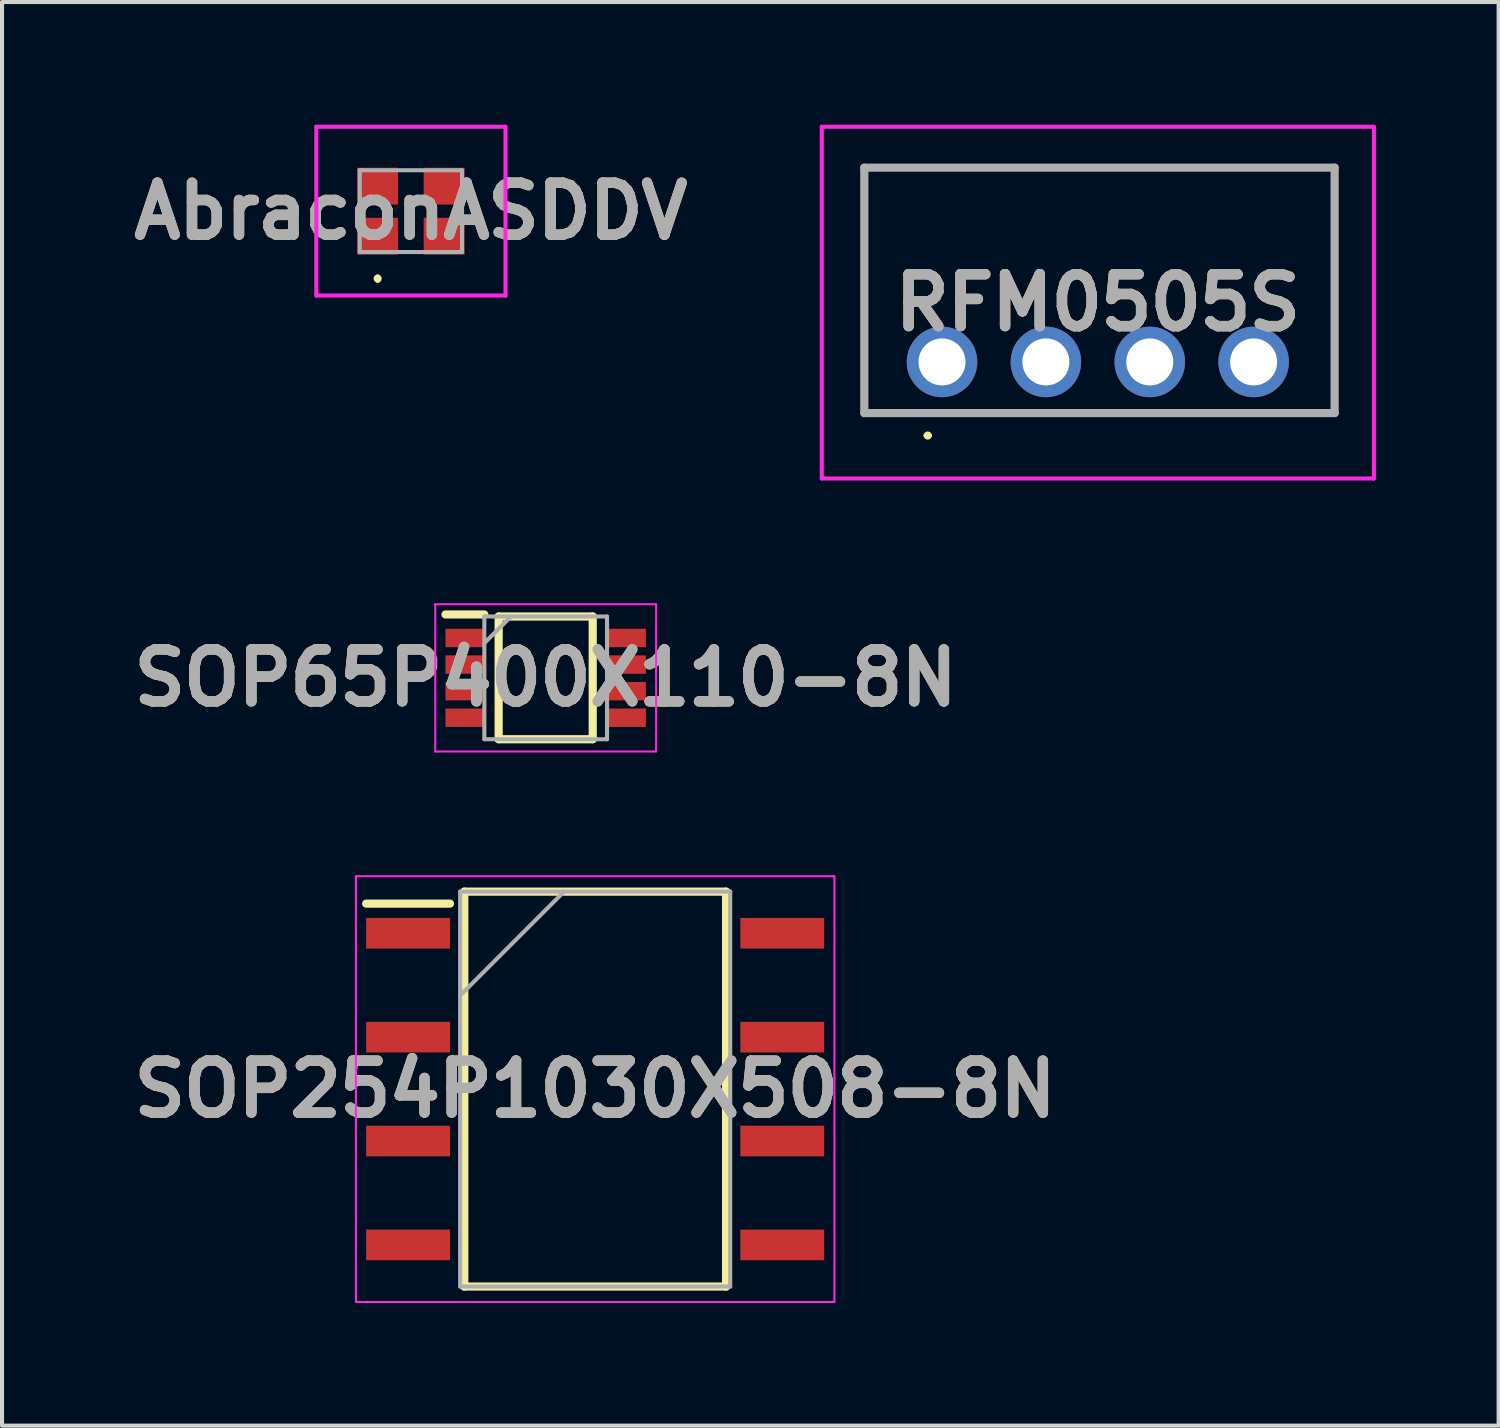
<source format=kicad_pcb>
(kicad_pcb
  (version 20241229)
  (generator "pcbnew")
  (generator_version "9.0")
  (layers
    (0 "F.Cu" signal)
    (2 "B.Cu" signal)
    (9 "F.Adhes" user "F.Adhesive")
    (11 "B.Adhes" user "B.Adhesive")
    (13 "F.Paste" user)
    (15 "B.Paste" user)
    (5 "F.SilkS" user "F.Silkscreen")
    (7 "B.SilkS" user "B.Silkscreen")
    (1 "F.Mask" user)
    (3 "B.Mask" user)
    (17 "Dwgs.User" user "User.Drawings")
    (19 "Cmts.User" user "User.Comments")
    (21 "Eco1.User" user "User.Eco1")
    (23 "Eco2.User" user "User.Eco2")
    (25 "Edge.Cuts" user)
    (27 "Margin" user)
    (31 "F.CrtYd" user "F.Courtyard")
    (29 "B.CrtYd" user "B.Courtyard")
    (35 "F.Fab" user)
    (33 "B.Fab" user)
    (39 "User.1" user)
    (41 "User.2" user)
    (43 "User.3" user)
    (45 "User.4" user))
  (footprint "SOP254P1030X508-8N"
    (layer "F.Cu")
    (at 11.503 23.58)
    (property "Reference" "SOP254P1030X508-8N" (at 0 0 0) (layer "F.SilkS") (effects (font (size 1.27 1.27) (thickness 0.254))))
    (attr smd)
    (fp_line (start -5.6 -4.535) (end -3.55 -4.535) (stroke (width 0.2) (type solid)) (layer "F.SilkS"))
    (fp_line (start -3.2 -4.828) (end 3.2 -4.828) (stroke (width 0.2) (type solid)) (layer "F.SilkS"))
    (fp_line (start -3.2 4.828) (end -3.2 -4.828) (stroke (width 0.2) (type solid)) (layer "F.SilkS"))
    (fp_line (start 3.2 -4.828) (end 3.2 4.828) (stroke (width 0.2) (type solid)) (layer "F.SilkS"))
    (fp_line (start 3.2 4.828) (end -3.2 4.828) (stroke (width 0.2) (type solid)) (layer "F.SilkS"))
    (fp_line (start -5.85 -5.205) (end 5.85 -5.205) (stroke (width 0.05) (type solid)) (layer "F.CrtYd"))
    (fp_line (start -5.85 5.205) (end -5.85 -5.205) (stroke (width 0.05) (type solid)) (layer "F.CrtYd"))
    (fp_line (start 5.85 -5.205) (end 5.85 5.205) (stroke (width 0.05) (type solid)) (layer "F.CrtYd"))
    (fp_line (start 5.85 5.205) (end -5.85 5.205) (stroke (width 0.05) (type solid)) (layer "F.CrtYd"))
    (fp_line (start -3.302 -4.828) (end 3.302 -4.828) (stroke (width 0.1) (type solid)) (layer "F.Fab"))
    (fp_line (start -3.302 -2.288) (end -0.762 -4.828) (stroke (width 0.1) (type solid)) (layer "F.Fab"))
    (fp_line (start -3.302 4.828) (end -3.302 -4.828) (stroke (width 0.1) (type solid)) (layer "F.Fab"))
    (fp_line (start 3.302 -4.828) (end 3.302 4.828) (stroke (width 0.1) (type solid)) (layer "F.Fab"))
    (fp_line (start 3.302 4.828) (end -3.302 4.828) (stroke (width 0.1) (type solid)) (layer "F.Fab"))
    (fp_text user "${REFERENCE}" (at 0 0 0) (layer "F.Fab") (effects (font (size 1.27 1.27) (thickness 0.254))))
    (pad "1" smd rect (at -4.575 -3.81 90) (size 0.75 2.05) (layers "F.Cu" "F.Mask" "F.Paste"))
    (pad "2" smd rect (at -4.575 -1.27 90) (size 0.75 2.05) (layers "F.Cu" "F.Mask" "F.Paste"))
    (pad "3" smd rect (at -4.575 1.27 90) (size 0.75 2.05) (layers "F.Cu" "F.Mask" "F.Paste"))
    (pad "4" smd rect (at -4.575 3.81 90) (size 0.75 2.05) (layers "F.Cu" "F.Mask" "F.Paste"))
    (pad "5" smd rect (at 4.575 3.81 90) (size 0.75 2.05) (layers "F.Cu" "F.Mask" "F.Paste"))
    (pad "6" smd rect (at 4.575 1.27 90) (size 0.75 2.05) (layers "F.Cu" "F.Mask" "F.Paste"))
    (pad "7" smd rect (at 4.575 -1.27 90) (size 0.75 2.05) (layers "F.Cu" "F.Mask" "F.Paste"))
    (pad "8" smd rect (at 4.575 -3.81 90) (size 0.75 2.05) (layers "F.Cu" "F.Mask" "F.Paste")))
  (footprint "SOP65P400X110-8N"
    (layer "F.Cu")
    (at 10.293 13.525)
    (property "Reference" "SOP65P400X110-8N" (at 0 0 0) (layer "F.SilkS") (effects (font (size 1.27 1.27) (thickness 0.254))))
    (attr smd)
    (fp_line (start -2.45 -1.55) (end -1.5 -1.55) (stroke (width 0.2) (type solid)) (layer "F.SilkS"))
    (fp_line (start -1.15 -1.5) (end 1.15 -1.5) (stroke (width 0.2) (type solid)) (layer "F.SilkS"))
    (fp_line (start -1.15 1.5) (end -1.15 -1.5) (stroke (width 0.2) (type solid)) (layer "F.SilkS"))
    (fp_line (start 1.15 -1.5) (end 1.15 1.5) (stroke (width 0.2) (type solid)) (layer "F.SilkS"))
    (fp_line (start 1.15 1.5) (end -1.15 1.5) (stroke (width 0.2) (type solid)) (layer "F.SilkS"))
    (fp_line (start -2.7 -1.8) (end 2.7 -1.8) (stroke (width 0.05) (type solid)) (layer "F.CrtYd"))
    (fp_line (start -2.7 1.8) (end -2.7 -1.8) (stroke (width 0.05) (type solid)) (layer "F.CrtYd"))
    (fp_line (start 2.7 -1.8) (end 2.7 1.8) (stroke (width 0.05) (type solid)) (layer "F.CrtYd"))
    (fp_line (start 2.7 1.8) (end -2.7 1.8) (stroke (width 0.05) (type solid)) (layer "F.CrtYd"))
    (fp_line (start -1.5 -1.5) (end 1.5 -1.5) (stroke (width 0.1) (type solid)) (layer "F.Fab"))
    (fp_line (start -1.5 -0.85) (end -0.85 -1.5) (stroke (width 0.1) (type solid)) (layer "F.Fab"))
    (fp_line (start -1.5 1.5) (end -1.5 -1.5) (stroke (width 0.1) (type solid)) (layer "F.Fab"))
    (fp_line (start 1.5 -1.5) (end 1.5 1.5) (stroke (width 0.1) (type solid)) (layer "F.Fab"))
    (fp_line (start 1.5 1.5) (end -1.5 1.5) (stroke (width 0.1) (type solid)) (layer "F.Fab"))
    (fp_text user "${REFERENCE}" (at 0 0 0) (layer "F.Fab") (effects (font (size 1.27 1.27) (thickness 0.254))))
    (pad "1" smd rect (at -1.975 -0.975 90) (size 0.45 0.95) (layers "F.Cu" "F.Mask" "F.Paste"))
    (pad "2" smd rect (at -1.975 -0.325 90) (size 0.45 0.95) (layers "F.Cu" "F.Mask" "F.Paste"))
    (pad "3" smd rect (at -1.975 0.325 90) (size 0.45 0.95) (layers "F.Cu" "F.Mask" "F.Paste"))
    (pad "4" smd rect (at -1.975 0.975 90) (size 0.45 0.95) (layers "F.Cu" "F.Mask" "F.Paste"))
    (pad "5" smd rect (at 1.975 0.975 90) (size 0.45 0.95) (layers "F.Cu" "F.Mask" "F.Paste"))
    (pad "6" smd rect (at 1.975 0.325 90) (size 0.45 0.95) (layers "F.Cu" "F.Mask" "F.Paste"))
    (pad "7" smd rect (at 1.975 -0.325 90) (size 0.45 0.95) (layers "F.Cu" "F.Mask" "F.Paste"))
    (pad "8" smd rect (at 1.975 -0.975 90) (size 0.45 0.95) (layers "F.Cu" "F.Mask" "F.Paste")))
  (footprint "AbraconASDDV"
    (layer "F.Cu")
    (at 6.997 2.113)
    (property "Reference" "AbraconASDDV" (at 0 0 0) (layer "F.SilkS") (effects (font (size 1.27 1.27) (thickness 0.254))))
    (attr smd)
    (fp_line (start -0.813 1.6) (end -0.813 1.6) (stroke (width 0.1) (type solid)) (layer "F.SilkS"))
    (fp_line (start -0.813 1.7) (end -0.813 1.7) (stroke (width 0.1) (type solid)) (layer "F.SilkS"))
    (fp_arc (start -0.812 1.6) (mid -0.7625 1.6505) (end -0.813 1.7) (stroke (width 0.1) (type solid)) (layer "F.SilkS"))
    (fp_arc (start -0.812 1.7) (mid -0.8625 1.6505) (end -0.813 1.6) (stroke (width 0.1) (type solid)) (layer "F.SilkS"))
    (fp_line (start -2.313 -2.063) (end 2.313 -2.063) (stroke (width 0.1) (type solid)) (layer "F.CrtYd"))
    (fp_line (start -2.313 2.063) (end -2.313 -2.063) (stroke (width 0.1) (type solid)) (layer "F.CrtYd"))
    (fp_line (start 2.313 -2.063) (end 2.313 2.063) (stroke (width 0.1) (type solid)) (layer "F.CrtYd"))
    (fp_line (start 2.313 2.063) (end -2.313 2.063) (stroke (width 0.1) (type solid)) (layer "F.CrtYd"))
    (fp_line (start -1.25 -1) (end -1.25 1) (stroke (width 0.1) (type solid)) (layer "F.Fab"))
    (fp_line (start -1.25 1) (end 1.25 1) (stroke (width 0.1) (type solid)) (layer "F.Fab"))
    (fp_line (start 1.25 -1) (end -1.25 -1) (stroke (width 0.1) (type solid)) (layer "F.Fab"))
    (fp_line (start 1.25 1) (end 1.25 -1) (stroke (width 0.1) (type solid)) (layer "F.Fab"))
    (fp_text user "${REFERENCE}" (at 0 0 0) (layer "F.Fab") (effects (font (size 1.27 1.27) (thickness 0.254))))
    (pad "1" smd rect (at -0.813 0.612 90) (size 0.9 1) (layers "F.Cu" "F.Mask" "F.Paste"))
    (pad "2" smd rect (at 0.813 0.612 90) (size 0.9 1) (layers "F.Cu" "F.Mask" "F.Paste"))
    (pad "3" smd rect (at 0.813 -0.612 90) (size 0.9 1) (layers "F.Cu" "F.Mask" "F.Paste"))
    (pad "4" smd rect (at -0.813 -0.612 90) (size 0.9 1) (layers "F.Cu" "F.Mask" "F.Paste")))
  (footprint "RFM0505S"
    (layer "F.Cu")
    (at 19.984 5.8)
    (property "Reference" "RFM0505S" (at 3.81 -1.45 0) (layer "F.SilkS") (effects (font (size 1.27 1.27) (thickness 0.254))))
    (attr through_hole)
    (fp_line (start -1.9 -4.75) (end 9.6 -4.75) (stroke (width 0.1) (type solid)) (layer "F.SilkS"))
    (fp_line (start -1.9 1.25) (end -1.9 -4.75) (stroke (width 0.1) (type solid)) (layer "F.SilkS"))
    (fp_line (start -0.4 1.8) (end -0.4 1.8) (stroke (width 0.1) (type solid)) (layer "F.SilkS"))
    (fp_line (start -0.3 1.8) (end -0.3 1.8) (stroke (width 0.1) (type solid)) (layer "F.SilkS"))
    (fp_line (start 9.6 -4.75) (end 9.6 1.25) (stroke (width 0.1) (type solid)) (layer "F.SilkS"))
    (fp_line (start 9.6 1.25) (end -1.9 1.25) (stroke (width 0.1) (type solid)) (layer "F.SilkS"))
    (fp_arc (start -0.4 1.8) (mid -0.35 1.75) (end -0.3 1.8) (stroke (width 0.1) (type solid)) (layer "F.SilkS"))
    (fp_arc (start -0.3 1.8) (mid -0.35 1.85) (end -0.4 1.8) (stroke (width 0.1) (type solid)) (layer "F.SilkS"))
    (fp_line (start -2.94 -5.75) (end 10.56 -5.75) (stroke (width 0.1) (type solid)) (layer "F.CrtYd"))
    (fp_line (start -2.94 2.85) (end -2.94 -5.75) (stroke (width 0.1) (type solid)) (layer "F.CrtYd"))
    (fp_line (start 10.56 -5.75) (end 10.56 2.85) (stroke (width 0.1) (type solid)) (layer "F.CrtYd"))
    (fp_line (start 10.56 2.85) (end -2.94 2.85) (stroke (width 0.1) (type solid)) (layer "F.CrtYd"))
    (fp_line (start -1.9 -4.75) (end 9.6 -4.75) (stroke (width 0.2) (type solid)) (layer "F.Fab"))
    (fp_line (start -1.9 1.25) (end -1.9 -4.75) (stroke (width 0.2) (type solid)) (layer "F.Fab"))
    (fp_line (start 9.6 -4.75) (end 9.6 1.25) (stroke (width 0.2) (type solid)) (layer "F.Fab"))
    (fp_line (start 9.6 1.25) (end -1.9 1.25) (stroke (width 0.2) (type solid)) (layer "F.Fab"))
    (fp_text user "${REFERENCE}" (at 3.81 -1.45 0) (layer "F.Fab") (effects (font (size 1.27 1.27) (thickness 0.254))))
    (pad "1" thru_hole circle (at 0 0) (size 1.725 1.725) (drill 1.15) (layers "*.Cu" "*.Mask"))
    (pad "2" thru_hole circle (at 2.54 0) (size 1.725 1.725) (drill 1.15) (layers "*.Cu" "*.Mask"))
    (pad "3" thru_hole circle (at 5.08 0) (size 1.725 1.725) (drill 1.15) (layers "*.Cu" "*.Mask"))
    (pad "4" thru_hole circle (at 7.62 0) (size 1.725 1.725) (drill 1.15) (layers "*.Cu" "*.Mask")))
  (gr_rect
    (start -3 -3)
    (end 33.594 31.81)
    (stroke (width 0.1) (type default))
    (fill no)
    (layer "Edge.Cuts")))
</source>
